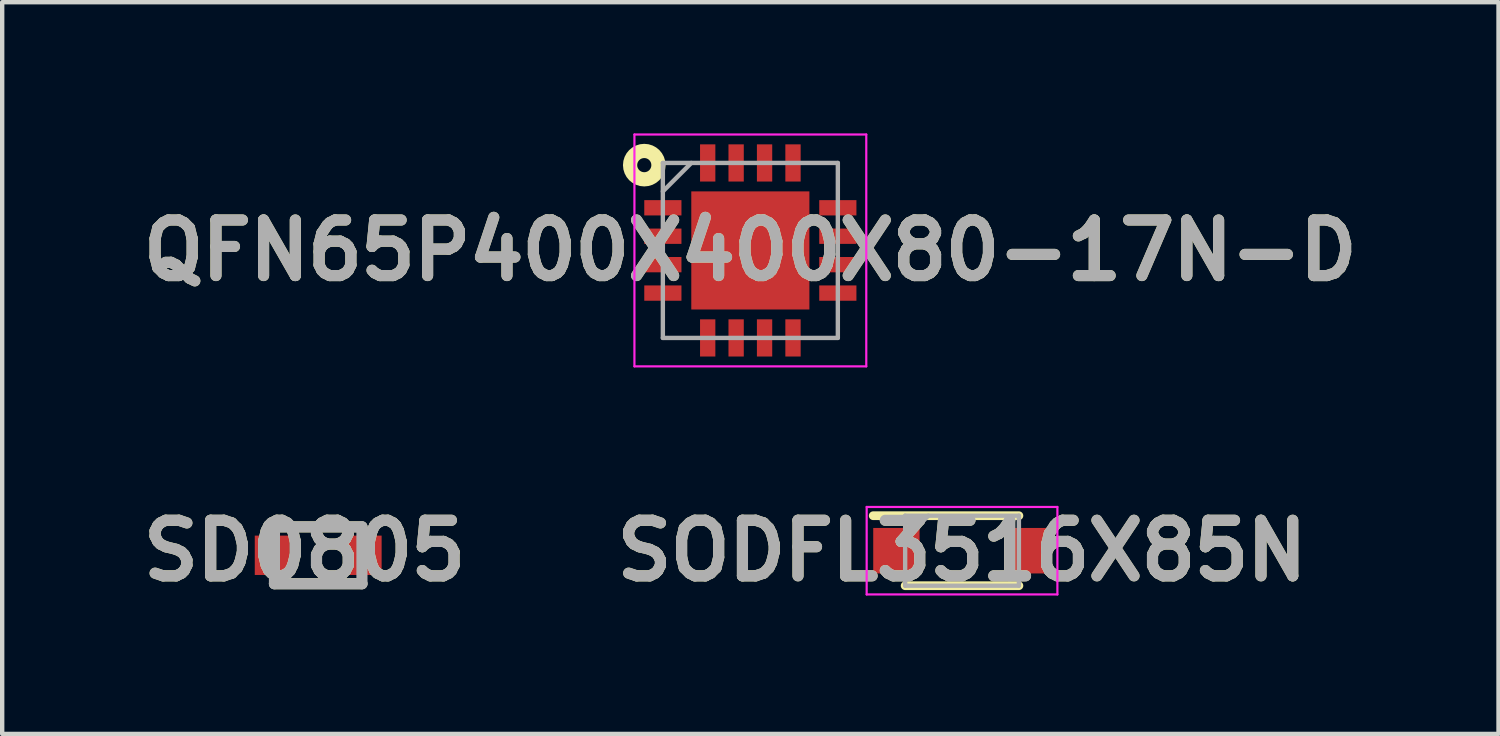
<source format=kicad_pcb>
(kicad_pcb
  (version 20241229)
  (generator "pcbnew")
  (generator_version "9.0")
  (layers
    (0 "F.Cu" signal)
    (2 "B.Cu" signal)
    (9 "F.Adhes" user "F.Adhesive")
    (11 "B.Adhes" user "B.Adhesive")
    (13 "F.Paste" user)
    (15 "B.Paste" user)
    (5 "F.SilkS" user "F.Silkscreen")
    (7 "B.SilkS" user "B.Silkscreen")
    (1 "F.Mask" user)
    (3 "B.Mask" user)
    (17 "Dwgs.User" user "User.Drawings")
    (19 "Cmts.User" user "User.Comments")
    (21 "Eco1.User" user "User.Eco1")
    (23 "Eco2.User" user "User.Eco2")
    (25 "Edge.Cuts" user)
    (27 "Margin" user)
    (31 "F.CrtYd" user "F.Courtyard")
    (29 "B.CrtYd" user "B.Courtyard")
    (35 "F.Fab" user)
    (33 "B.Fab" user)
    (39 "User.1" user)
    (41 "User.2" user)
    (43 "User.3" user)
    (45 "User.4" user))
  (footprint "QFN65P400X400X80-17N-D"
    (layer "F.Cu")
    (at 14.103 2.675)
    (property "Reference" "QFN65P400X400X80-17N-D" (at 0 0 0) (layer "F.SilkS") (effects (font (size 1.27 1.27) (thickness 0.254))))
    (attr smd)
    (fp_circle (center -2.425 -1.95) (end -2.425 -1.788) (stroke (width 0.325) (type solid)) (fill no) (layer "F.SilkS"))
    (fp_line (start -2.65 -2.65) (end 2.65 -2.65) (stroke (width 0.05) (type solid)) (layer "F.CrtYd"))
    (fp_line (start -2.65 2.65) (end -2.65 -2.65) (stroke (width 0.05) (type solid)) (layer "F.CrtYd"))
    (fp_line (start 2.65 -2.65) (end 2.65 2.65) (stroke (width 0.05) (type solid)) (layer "F.CrtYd"))
    (fp_line (start 2.65 2.65) (end -2.65 2.65) (stroke (width 0.05) (type solid)) (layer "F.CrtYd"))
    (fp_line (start -2 -2) (end 2 -2) (stroke (width 0.1) (type solid)) (layer "F.Fab"))
    (fp_line (start -2 -1.35) (end -1.35 -2) (stroke (width 0.1) (type solid)) (layer "F.Fab"))
    (fp_line (start -2 2) (end -2 -2) (stroke (width 0.1) (type solid)) (layer "F.Fab"))
    (fp_line (start 2 -2) (end 2 2) (stroke (width 0.1) (type solid)) (layer "F.Fab"))
    (fp_line (start 2 2) (end -2 2) (stroke (width 0.1) (type solid)) (layer "F.Fab"))
    (fp_text user "${REFERENCE}" (at 0 0 0) (layer "F.Fab") (effects (font (size 1.27 1.27) (thickness 0.254))))
    (pad "1" smd rect (at -2 -0.975 90) (size 0.35 0.85) (layers "F.Cu" "F.Mask" "F.Paste"))
    (pad "2" smd rect (at -2 -0.325 90) (size 0.35 0.85) (layers "F.Cu" "F.Mask" "F.Paste"))
    (pad "3" smd rect (at -2 0.325 90) (size 0.35 0.85) (layers "F.Cu" "F.Mask" "F.Paste"))
    (pad "4" smd rect (at -2 0.975 90) (size 0.35 0.85) (layers "F.Cu" "F.Mask" "F.Paste"))
    (pad "5" smd rect (at -0.975 2) (size 0.35 0.85) (layers "F.Cu" "F.Mask" "F.Paste"))
    (pad "6" smd rect (at -0.325 2) (size 0.35 0.85) (layers "F.Cu" "F.Mask" "F.Paste"))
    (pad "7" smd rect (at 0.325 2) (size 0.35 0.85) (layers "F.Cu" "F.Mask" "F.Paste"))
    (pad "8" smd rect (at 0.975 2) (size 0.35 0.85) (layers "F.Cu" "F.Mask" "F.Paste"))
    (pad "9" smd rect (at 2 0.975 90) (size 0.35 0.85) (layers "F.Cu" "F.Mask" "F.Paste"))
    (pad "10" smd rect (at 2 0.325 90) (size 0.35 0.85) (layers "F.Cu" "F.Mask" "F.Paste"))
    (pad "11" smd rect (at 2 -0.325 90) (size 0.35 0.85) (layers "F.Cu" "F.Mask" "F.Paste"))
    (pad "12" smd rect (at 2 -0.975 90) (size 0.35 0.85) (layers "F.Cu" "F.Mask" "F.Paste"))
    (pad "13" smd rect (at 0.975 -2) (size 0.35 0.85) (layers "F.Cu" "F.Mask" "F.Paste"))
    (pad "14" smd rect (at 0.325 -2) (size 0.35 0.85) (layers "F.Cu" "F.Mask" "F.Paste"))
    (pad "15" smd rect (at -0.325 -2) (size 0.35 0.85) (layers "F.Cu" "F.Mask" "F.Paste"))
    (pad "16" smd rect (at -0.975 -2) (size 0.35 0.85) (layers "F.Cu" "F.Mask" "F.Paste"))
    (pad "17" smd rect (at 0 0) (size 2.7 2.7) (layers "F.Cu" "F.Mask" "F.Paste")))
  (footprint "SD0805"
    (layer "F.Cu")
    (at 4.224 9.644)
    (property "Reference" "SD0805" (at -0.311 -0.105 0) (layer "F.SilkS") (effects (font (size 1.27 1.27) (thickness 0.254))))
    (attr smd)
    (fp_line (start -1 -0.65) (end 1 -0.65) (stroke (width 0.254) (type solid)) (layer "F.SilkS"))
    (fp_line (start -1 0.65) (end 1 0.65) (stroke (width 0.254) (type solid)) (layer "F.SilkS"))
    (fp_line (start -1 -0.65) (end 1 -0.65) (stroke (width 0.254) (type solid)) (layer "F.Fab"))
    (fp_line (start -1 0.65) (end -1 -0.65) (stroke (width 0.254) (type solid)) (layer "F.Fab"))
    (fp_line (start 1 -0.65) (end 1 0.65) (stroke (width 0.254) (type solid)) (layer "F.Fab"))
    (fp_line (start 1 0.65) (end -1 0.65) (stroke (width 0.254) (type solid)) (layer "F.Fab"))
    (fp_text user "${REFERENCE}" (at -0.311 -0.105 0) (layer "F.Fab") (effects (font (size 1.27 1.27) (thickness 0.254))))
    (pad "1" smd rect (at -1.05 0) (size 0.8 0.9) (layers "F.Cu" "F.Mask" "F.Paste"))
    (pad "2" smd rect (at 1.05 0) (size 0.8 0.9) (layers "F.Cu" "F.Mask" "F.Paste")))
  (footprint "SODFL3516X85N"
    (layer "F.Cu")
    (at 18.942 9.539)
    (property "Reference" "SODFL3516X85N" (at 0 0 0) (layer "F.SilkS") (effects (font (size 1.27 1.27) (thickness 0.254))))
    (attr smd)
    (fp_line (start -2.03 -0.8) (end 1.3 -0.8) (stroke (width 0.2) (type solid)) (layer "F.SilkS"))
    (fp_line (start -1.3 0.8) (end 1.3 0.8) (stroke (width 0.2) (type solid)) (layer "F.SilkS"))
    (fp_line (start -2.18 -1) (end 2.18 -1) (stroke (width 0.05) (type solid)) (layer "F.CrtYd"))
    (fp_line (start -2.18 1) (end -2.18 -1) (stroke (width 0.05) (type solid)) (layer "F.CrtYd"))
    (fp_line (start 2.18 -1) (end 2.18 1) (stroke (width 0.05) (type solid)) (layer "F.CrtYd"))
    (fp_line (start 2.18 1) (end -2.18 1) (stroke (width 0.05) (type solid)) (layer "F.CrtYd"))
    (fp_line (start -1.3 -0.8) (end 1.3 -0.8) (stroke (width 0.1) (type solid)) (layer "F.Fab"))
    (fp_line (start -1.3 -0.27) (end -0.77 -0.8) (stroke (width 0.1) (type solid)) (layer "F.Fab"))
    (fp_line (start -1.3 0.8) (end -1.3 -0.8) (stroke (width 0.1) (type solid)) (layer "F.Fab"))
    (fp_line (start 1.3 -0.8) (end 1.3 0.8) (stroke (width 0.1) (type solid)) (layer "F.Fab"))
    (fp_line (start 1.3 0.8) (end -1.3 0.8) (stroke (width 0.1) (type solid)) (layer "F.Fab"))
    (fp_text user "${REFERENCE}" (at 0 0 0) (layer "F.Fab") (effects (font (size 1.27 1.27) (thickness 0.254))))
    (pad "1" smd rect (at -1.5 0 90) (size 1.04 1.06) (layers "F.Cu" "F.Mask" "F.Paste"))
    (pad "2" smd rect (at 1.5 0 90) (size 1.04 1.06) (layers "F.Cu" "F.Mask" "F.Paste")))
  (gr_rect
    (start -3 -3)
    (end 31.206 13.727)
    (stroke (width 0.1) (type default))
    (fill no)
    (layer "Edge.Cuts")))
</source>
